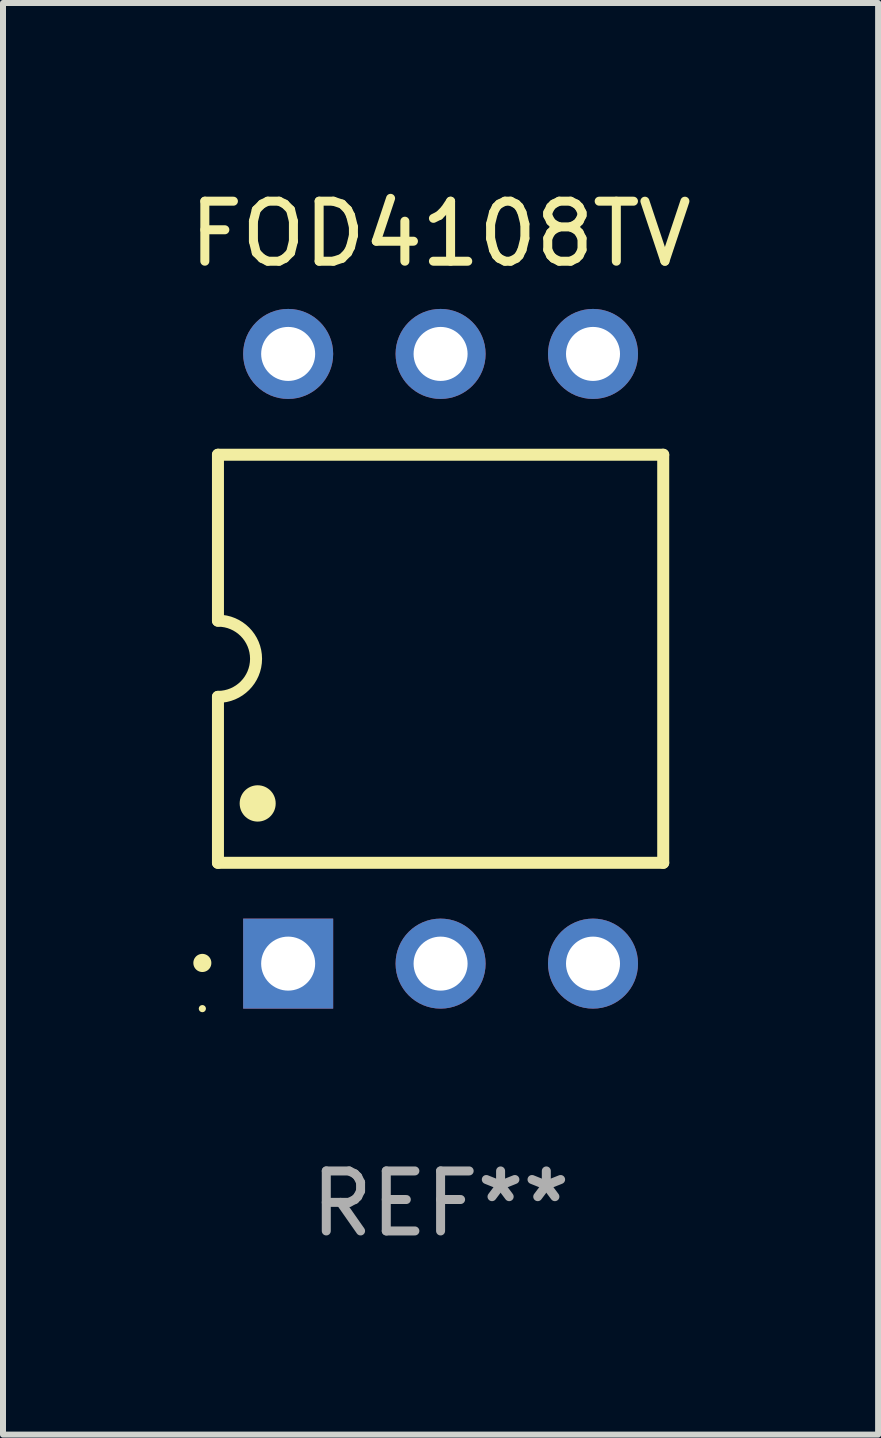
<source format=kicad_pcb>
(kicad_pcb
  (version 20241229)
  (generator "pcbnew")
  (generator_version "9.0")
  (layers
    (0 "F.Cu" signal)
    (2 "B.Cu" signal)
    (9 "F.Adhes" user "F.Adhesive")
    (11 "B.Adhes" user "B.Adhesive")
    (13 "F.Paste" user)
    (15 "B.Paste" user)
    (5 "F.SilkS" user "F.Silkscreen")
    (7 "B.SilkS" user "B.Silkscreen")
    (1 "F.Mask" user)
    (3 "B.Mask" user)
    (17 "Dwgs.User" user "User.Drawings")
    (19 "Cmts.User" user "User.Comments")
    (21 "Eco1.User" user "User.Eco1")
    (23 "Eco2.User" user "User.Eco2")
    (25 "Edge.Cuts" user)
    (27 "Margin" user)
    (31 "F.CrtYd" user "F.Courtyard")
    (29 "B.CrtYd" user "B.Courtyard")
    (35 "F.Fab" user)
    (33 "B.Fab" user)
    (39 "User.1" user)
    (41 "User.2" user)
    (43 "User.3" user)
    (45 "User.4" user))
  (footprint "FOD4108TV"
    (layer "F.Cu")
    (at 4.292 7.928)
    (property "Reference" "FOD4108TV" (at 0 -7.08 0) (layer "F.SilkS") (effects (font (size 1 1) (thickness 0.15))))
    (attr through_hole)
    (fp_line (start -3.71 -3.4) (end -3.71 -0.635) (stroke (width 0.2) (type solid)) (layer "F.SilkS"))
    (fp_line (start -3.71 -3.4) (end 3.71 -3.4) (stroke (width 0.2) (type solid)) (layer "F.SilkS"))
    (fp_line (start -3.71 0.634) (end -3.71 3.4) (stroke (width 0.2) (type solid)) (layer "F.SilkS"))
    (fp_line (start 3.71 3.4) (end -3.71 3.4) (stroke (width 0.2) (type solid)) (layer "F.SilkS"))
    (fp_line (start 3.71 3.4) (end 3.71 -3.4) (stroke (width 0.2) (type solid)) (layer "F.SilkS"))
    (fp_arc (start -3.970028 5.069901) (mid -3.970033 5.068631) (end -3.970028 5.067361) (stroke (width 0.3) (type solid)) (layer "F.SilkS"))
    (fp_arc (start -3.709982 -0.63495) (mid -3.074981 0.000051) (end -3.709982 0.635052) (stroke (width 0.2) (type solid)) (layer "F.SilkS"))
    (fp_arc (start -3.048006 2.413056) (mid -3.048017 2.410516) (end -3.048006 2.407976) (stroke (width 0.6) (type solid)) (layer "F.SilkS"))
    (fp_circle (center -3.97 5.83) (end -3.94 5.83) (stroke (width 0.06) (type solid)) (fill no) (layer "F.SilkS"))
    (fp_text user "REF**" (at 0 9.08 0) (layer "F.Fab") (effects (font (size 1 1) (thickness 0.15))))
    (pad "1" thru_hole rect (at -2.54 5.08 90) (size 1.5 1.5) (drill 0.9) (layers "*.Cu" "*.Mask"))
    (pad "2" thru_hole circle (at 0.000051 5.08) (size 1.5 1.5) (drill 0.9) (layers "*.Cu" "*.Mask"))
    (pad "3" thru_hole circle (at 2.54 5.08) (size 1.5 1.5) (drill 0.9) (layers "*.Cu" "*.Mask"))
    (pad "4" thru_hole circle (at 2.54 -5.08) (size 1.5 1.5) (drill 0.9) (layers "*.Cu" "*.Mask"))
    (pad "5" thru_hole circle (at 0.000051 -5.08) (size 1.5 1.5) (drill 0.9) (layers "*.Cu" "*.Mask"))
    (pad "6" thru_hole circle (at -2.54 -5.08) (size 1.5 1.5) (drill 0.9) (layers "*.Cu" "*.Mask")))
  (gr_rect
    (start -3 -3)
    (end 11.583 20.857)
    (stroke (width 0.1) (type default))
    (fill no)
    (layer "Edge.Cuts")))
</source>
